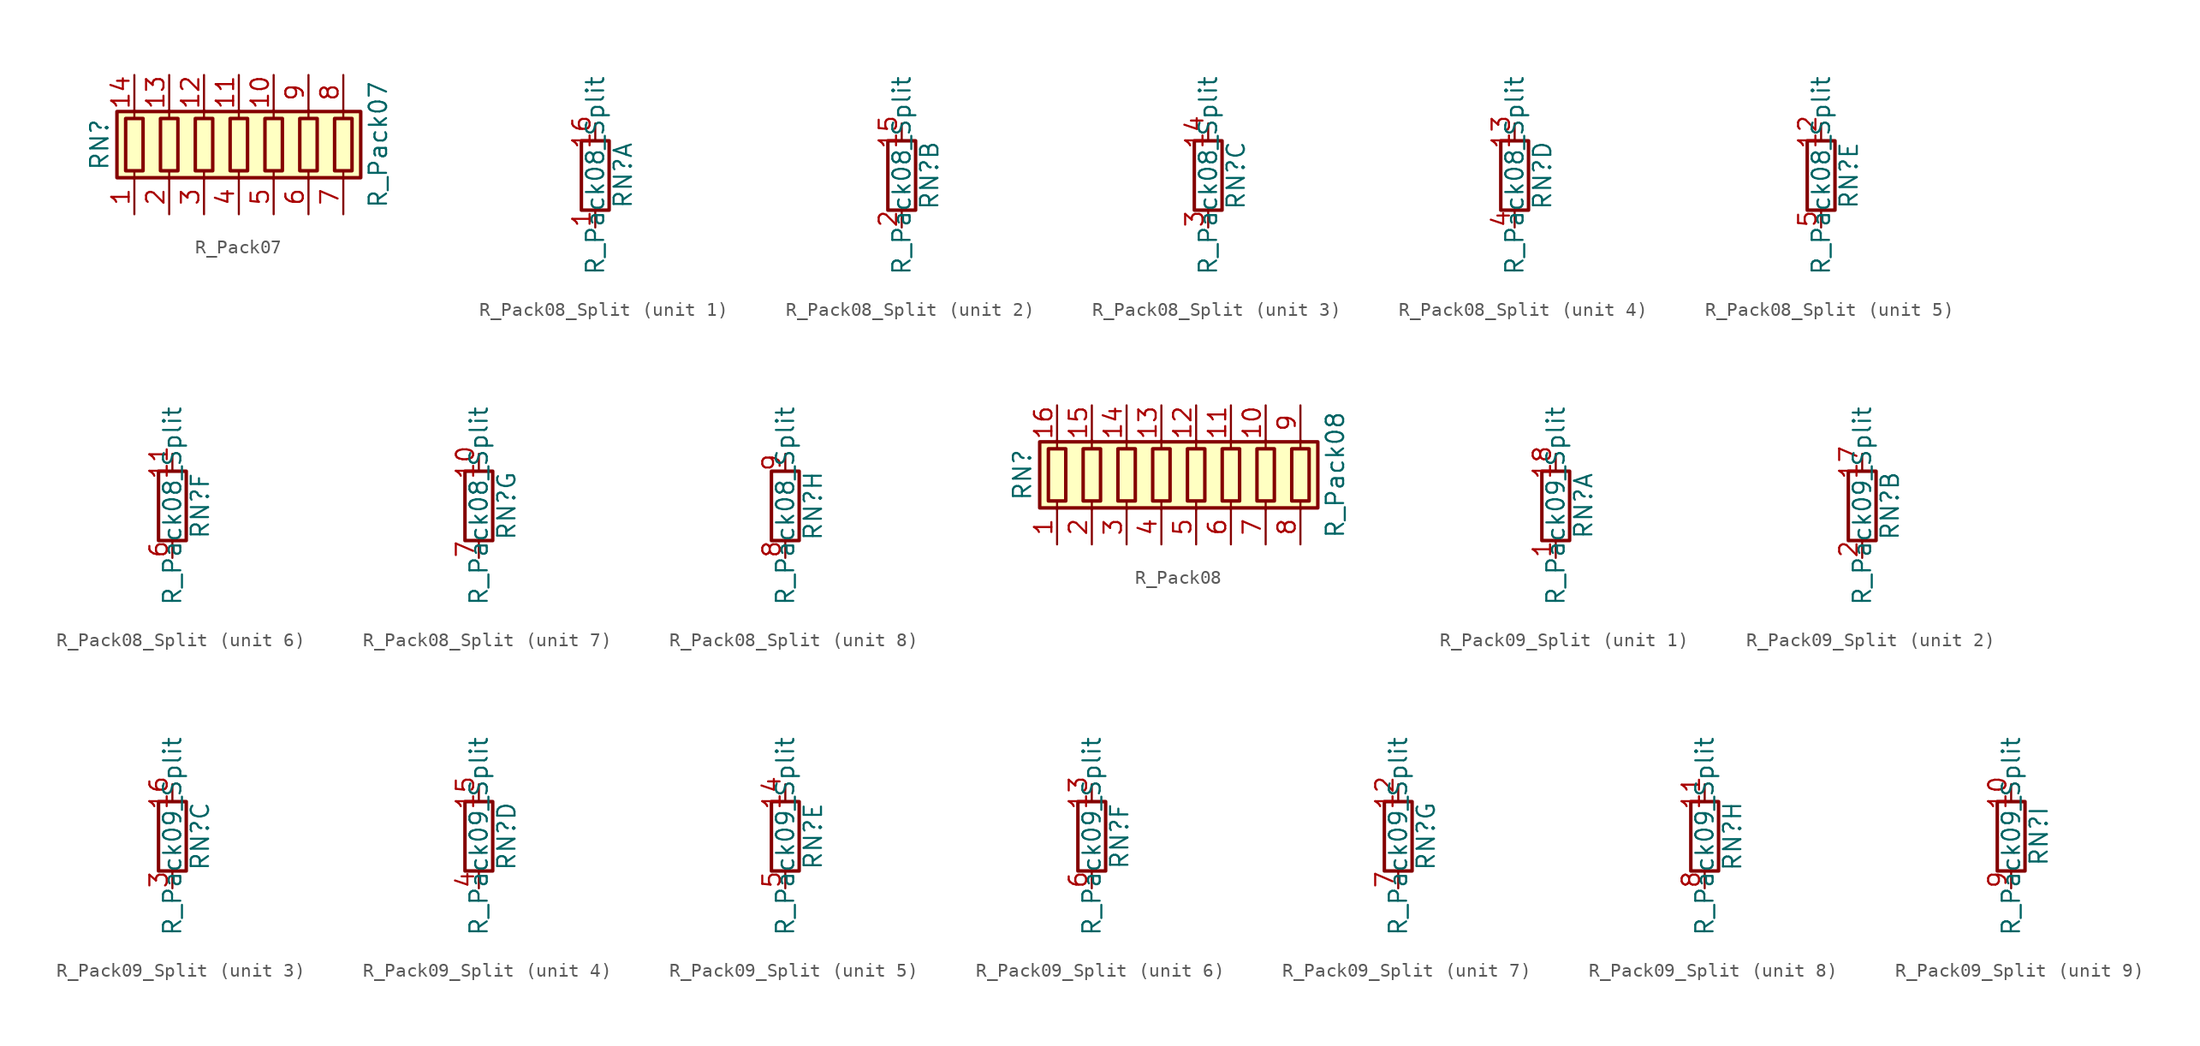
<source format=kicad_sym>
(kicad_symbol_lib
  (version 20241209)
  (generator "kicad_symbol_editor")
  (generator_version "9.0")
  (symbol "R_Pack07"
    (pin_names
      (offset 0)
      (hide yes))
    (property "Reference" "RN"
      (at -10.16 0 90)
      (effects (font (size 1.27 1.27))))
    (property "Value" "R_Pack07"
      (at 10.16 0 90)
      (effects (font (size 1.27 1.27))))
    (symbol "R_Pack07_0_1"
      (rectangle (start -8.89 -2.413) (end 8.89 2.413) (stroke (width 0.254) (type default)) (fill (type background)))
      (rectangle (start -8.255 1.905) (end -6.985 -1.905) (stroke (width 0.254) (type default)) (fill (type none)))
      (polyline (pts (xy -7.62 1.905) (xy -7.62 2.54)) (stroke (width 0) (type default)) (fill (type none)))
      (polyline (pts (xy -7.62 -2.54) (xy -7.62 -1.905)) (stroke (width 0) (type default)) (fill (type none)))
      (rectangle (start -5.715 1.905) (end -4.445 -1.905) (stroke (width 0.254) (type default)) (fill (type none)))
      (polyline (pts (xy -5.08 1.905) (xy -5.08 2.54)) (stroke (width 0) (type default)) (fill (type none)))
      (polyline (pts (xy -5.08 -2.54) (xy -5.08 -1.905)) (stroke (width 0) (type default)) (fill (type none)))
      (rectangle (start -3.175 1.905) (end -1.905 -1.905) (stroke (width 0.254) (type default)) (fill (type none)))
      (polyline (pts (xy -2.54 1.905) (xy -2.54 2.54)) (stroke (width 0) (type default)) (fill (type none)))
      (polyline (pts (xy -2.54 -2.54) (xy -2.54 -1.905)) (stroke (width 0) (type default)) (fill (type none)))
      (rectangle (start -0.635 1.905) (end 0.635 -1.905) (stroke (width 0.254) (type default)) (fill (type none)))
      (polyline (pts (xy 0 1.905) (xy 0 2.54)) (stroke (width 0) (type default)) (fill (type none)))
      (polyline (pts (xy 0 -2.54) (xy 0 -1.905)) (stroke (width 0) (type default)) (fill (type none)))
      (rectangle (start 1.905 1.905) (end 3.175 -1.905) (stroke (width 0.254) (type default)) (fill (type none)))
      (polyline (pts (xy 2.54 1.905) (xy 2.54 2.54)) (stroke (width 0) (type default)) (fill (type none)))
      (polyline (pts (xy 2.54 -2.54) (xy 2.54 -1.905)) (stroke (width 0) (type default)) (fill (type none)))
      (rectangle (start 4.445 1.905) (end 5.715 -1.905) (stroke (width 0.254) (type default)) (fill (type none)))
      (polyline (pts (xy 5.08 1.905) (xy 5.08 2.54)) (stroke (width 0) (type default)) (fill (type none)))
      (polyline (pts (xy 5.08 -2.54) (xy 5.08 -1.905)) (stroke (width 0) (type default)) (fill (type none)))
      (rectangle (start 6.985 1.905) (end 8.255 -1.905) (stroke (width 0.254) (type default)) (fill (type none)))
      (polyline (pts (xy 7.62 1.905) (xy 7.62 2.54)) (stroke (width 0) (type default)) (fill (type none)))
      (polyline (pts (xy 7.62 -2.54) (xy 7.62 -1.905)) (stroke (width 0) (type default)) (fill (type none))))
    (symbol "R_Pack07_1_1"
      (pin passive line (at -7.62 5.08 270) (length 2.54) (name "R1.2" (effects (font (size 1.27 1.27)))) (number "14" (effects (font (size 1.27 1.27)))))
      (pin passive line (at -7.62 -5.08 90) (length 2.54) (name "R1.1" (effects (font (size 1.27 1.27)))) (number "1" (effects (font (size 1.27 1.27)))))
      (pin passive line (at -5.08 5.08 270) (length 2.54) (name "R2.2" (effects (font (size 1.27 1.27)))) (number "13" (effects (font (size 1.27 1.27)))))
      (pin passive line (at -5.08 -5.08 90) (length 2.54) (name "R2.1" (effects (font (size 1.27 1.27)))) (number "2" (effects (font (size 1.27 1.27)))))
      (pin passive line (at -2.54 5.08 270) (length 2.54) (name "R3.2" (effects (font (size 1.27 1.27)))) (number "12" (effects (font (size 1.27 1.27)))))
      (pin passive line (at -2.54 -5.08 90) (length 2.54) (name "R3.1" (effects (font (size 1.27 1.27)))) (number "3" (effects (font (size 1.27 1.27)))))
      (pin passive line (at 0 5.08 270) (length 2.54) (name "R4.2" (effects (font (size 1.27 1.27)))) (number "11" (effects (font (size 1.27 1.27)))))
      (pin passive line (at 0 -5.08 90) (length 2.54) (name "R4.1" (effects (font (size 1.27 1.27)))) (number "4" (effects (font (size 1.27 1.27)))))
      (pin passive line (at 2.54 5.08 270) (length 2.54) (name "R5.2" (effects (font (size 1.27 1.27)))) (number "10" (effects (font (size 1.27 1.27)))))
      (pin passive line (at 2.54 -5.08 90) (length 2.54) (name "R5.1" (effects (font (size 1.27 1.27)))) (number "5" (effects (font (size 1.27 1.27)))))
      (pin passive line (at 5.08 5.08 270) (length 2.54) (name "R6.2" (effects (font (size 1.27 1.27)))) (number "9" (effects (font (size 1.27 1.27)))))
      (pin passive line (at 5.08 -5.08 90) (length 2.54) (name "R6.1" (effects (font (size 1.27 1.27)))) (number "6" (effects (font (size 1.27 1.27)))))
      (pin passive line (at 7.62 5.08 270) (length 2.54) (name "R7.2" (effects (font (size 1.27 1.27)))) (number "8" (effects (font (size 1.27 1.27)))))
      (pin passive line (at 7.62 -5.08 90) (length 2.54) (name "R7.1" (effects (font (size 1.27 1.27)))) (number "7" (effects (font (size 1.27 1.27)))))))
  (symbol "R_Pack08_Split"
    (pin_names
      (offset 0)
      (hide yes))
    (property "Reference" "RN"
      (at 2.032 0 90)
      (effects (font (size 1.27 1.27))))
    (property "Value" "R_Pack08_Split"
      (at 0 0 90)
      (effects (font (size 1.27 1.27))))
    (symbol "R_Pack08_Split_0_1"
      (rectangle (start 1.016 2.54) (end -1.016 -2.54) (stroke (width 0.254) (type default)) (fill (type none))))
    (symbol "R_Pack08_Split_1_1"
      (pin passive line (at 0 3.81 270) (length 1.27) (name "R1.2" (effects (font (size 1.27 1.27)))) (number "16" (effects (font (size 1.27 1.27)))))
      (pin passive line (at 0 -3.81 90) (length 1.27) (name "R1.1" (effects (font (size 1.27 1.27)))) (number "1" (effects (font (size 1.27 1.27))))))
    (symbol "R_Pack08_Split_2_1"
      (pin passive line (at 0 3.81 270) (length 1.27) (name "R2.2" (effects (font (size 1.27 1.27)))) (number "15" (effects (font (size 1.27 1.27)))))
      (pin passive line (at 0 -3.81 90) (length 1.27) (name "R2.1" (effects (font (size 1.27 1.27)))) (number "2" (effects (font (size 1.27 1.27))))))
    (symbol "R_Pack08_Split_3_1"
      (pin passive line (at 0 3.81 270) (length 1.27) (name "R3.2" (effects (font (size 1.27 1.27)))) (number "14" (effects (font (size 1.27 1.27)))))
      (pin passive line (at 0 -3.81 90) (length 1.27) (name "R3.1" (effects (font (size 1.27 1.27)))) (number "3" (effects (font (size 1.27 1.27))))))
    (symbol "R_Pack08_Split_4_1"
      (pin passive line (at 0 3.81 270) (length 1.27) (name "R4.2" (effects (font (size 1.27 1.27)))) (number "13" (effects (font (size 1.27 1.27)))))
      (pin passive line (at 0 -3.81 90) (length 1.27) (name "R4.1" (effects (font (size 1.27 1.27)))) (number "4" (effects (font (size 1.27 1.27))))))
    (symbol "R_Pack08_Split_5_1"
      (pin passive line (at 0 3.81 270) (length 1.27) (name "R5.2" (effects (font (size 1.27 1.27)))) (number "12" (effects (font (size 1.27 1.27)))))
      (pin passive line (at 0 -3.81 90) (length 1.27) (name "R5.1" (effects (font (size 1.27 1.27)))) (number "5" (effects (font (size 1.27 1.27))))))
    (symbol "R_Pack08_Split_6_1"
      (pin passive line (at 0 3.81 270) (length 1.27) (name "R6.2" (effects (font (size 1.27 1.27)))) (number "11" (effects (font (size 1.27 1.27)))))
      (pin passive line (at 0 -3.81 90) (length 1.27) (name "R6.1" (effects (font (size 1.27 1.27)))) (number "6" (effects (font (size 1.27 1.27))))))
    (symbol "R_Pack08_Split_7_1"
      (pin passive line (at 0 3.81 270) (length 1.27) (name "R7.2" (effects (font (size 1.27 1.27)))) (number "10" (effects (font (size 1.27 1.27)))))
      (pin passive line (at 0 -3.81 90) (length 1.27) (name "R7.1" (effects (font (size 1.27 1.27)))) (number "7" (effects (font (size 1.27 1.27))))))
    (symbol "R_Pack08_Split_8_1"
      (pin passive line (at 0 3.81 270) (length 1.27) (name "R8.2" (effects (font (size 1.27 1.27)))) (number "9" (effects (font (size 1.27 1.27)))))
      (pin passive line (at 0 -3.81 90) (length 1.27) (name "R8.1" (effects (font (size 1.27 1.27)))) (number "8" (effects (font (size 1.27 1.27)))))))
  (symbol "R_Pack08"
    (pin_names
      (offset 0)
      (hide yes))
    (property "Reference" "RN"
      (at -12.7 0 90)
      (effects (font (size 1.27 1.27))))
    (property "Value" "R_Pack08"
      (at 10.16 0 90)
      (effects (font (size 1.27 1.27))))
    (symbol "R_Pack08_0_1"
      (rectangle (start -11.43 -2.413) (end 8.89 2.413) (stroke (width 0.254) (type default)) (fill (type background)))
      (rectangle (start -10.795 1.905) (end -9.525 -1.905) (stroke (width 0.254) (type default)) (fill (type none)))
      (polyline (pts (xy -10.16 1.905) (xy -10.16 2.54)) (stroke (width 0) (type default)) (fill (type none)))
      (polyline (pts (xy -10.16 -2.54) (xy -10.16 -1.905)) (stroke (width 0) (type default)) (fill (type none)))
      (rectangle (start -8.255 1.905) (end -6.985 -1.905) (stroke (width 0.254) (type default)) (fill (type none)))
      (polyline (pts (xy -7.62 1.905) (xy -7.62 2.54)) (stroke (width 0) (type default)) (fill (type none)))
      (polyline (pts (xy -7.62 -2.54) (xy -7.62 -1.905)) (stroke (width 0) (type default)) (fill (type none)))
      (rectangle (start -5.715 1.905) (end -4.445 -1.905) (stroke (width 0.254) (type default)) (fill (type none)))
      (polyline (pts (xy -5.08 1.905) (xy -5.08 2.54)) (stroke (width 0) (type default)) (fill (type none)))
      (polyline (pts (xy -5.08 -2.54) (xy -5.08 -1.905)) (stroke (width 0) (type default)) (fill (type none)))
      (rectangle (start -3.175 1.905) (end -1.905 -1.905) (stroke (width 0.254) (type default)) (fill (type none)))
      (polyline (pts (xy -2.54 1.905) (xy -2.54 2.54)) (stroke (width 0) (type default)) (fill (type none)))
      (polyline (pts (xy -2.54 -2.54) (xy -2.54 -1.905)) (stroke (width 0) (type default)) (fill (type none)))
      (rectangle (start -0.635 1.905) (end 0.635 -1.905) (stroke (width 0.254) (type default)) (fill (type none)))
      (polyline (pts (xy 0 1.905) (xy 0 2.54)) (stroke (width 0) (type default)) (fill (type none)))
      (polyline (pts (xy 0 -2.54) (xy 0 -1.905)) (stroke (width 0) (type default)) (fill (type none)))
      (rectangle (start 1.905 1.905) (end 3.175 -1.905) (stroke (width 0.254) (type default)) (fill (type none)))
      (polyline (pts (xy 2.54 1.905) (xy 2.54 2.54)) (stroke (width 0) (type default)) (fill (type none)))
      (polyline (pts (xy 2.54 -2.54) (xy 2.54 -1.905)) (stroke (width 0) (type default)) (fill (type none)))
      (rectangle (start 4.445 1.905) (end 5.715 -1.905) (stroke (width 0.254) (type default)) (fill (type none)))
      (polyline (pts (xy 5.08 1.905) (xy 5.08 2.54)) (stroke (width 0) (type default)) (fill (type none)))
      (polyline (pts (xy 5.08 -2.54) (xy 5.08 -1.905)) (stroke (width 0) (type default)) (fill (type none)))
      (rectangle (start 6.985 1.905) (end 8.255 -1.905) (stroke (width 0.254) (type default)) (fill (type none)))
      (polyline (pts (xy 7.62 1.905) (xy 7.62 2.54)) (stroke (width 0) (type default)) (fill (type none)))
      (polyline (pts (xy 7.62 -2.54) (xy 7.62 -1.905)) (stroke (width 0) (type default)) (fill (type none))))
    (symbol "R_Pack08_1_1"
      (pin passive line (at -10.16 5.08 270) (length 2.54) (name "R1.2" (effects (font (size 1.27 1.27)))) (number "16" (effects (font (size 1.27 1.27)))))
      (pin passive line (at -10.16 -5.08 90) (length 2.54) (name "R1.1" (effects (font (size 1.27 1.27)))) (number "1" (effects (font (size 1.27 1.27)))))
      (pin passive line (at -7.62 5.08 270) (length 2.54) (name "R2.2" (effects (font (size 1.27 1.27)))) (number "15" (effects (font (size 1.27 1.27)))))
      (pin passive line (at -7.62 -5.08 90) (length 2.54) (name "R2.1" (effects (font (size 1.27 1.27)))) (number "2" (effects (font (size 1.27 1.27)))))
      (pin passive line (at -5.08 5.08 270) (length 2.54) (name "R3.2" (effects (font (size 1.27 1.27)))) (number "14" (effects (font (size 1.27 1.27)))))
      (pin passive line (at -5.08 -5.08 90) (length 2.54) (name "R3.1" (effects (font (size 1.27 1.27)))) (number "3" (effects (font (size 1.27 1.27)))))
      (pin passive line (at -2.54 5.08 270) (length 2.54) (name "R4.2" (effects (font (size 1.27 1.27)))) (number "13" (effects (font (size 1.27 1.27)))))
      (pin passive line (at -2.54 -5.08 90) (length 2.54) (name "R4.1" (effects (font (size 1.27 1.27)))) (number "4" (effects (font (size 1.27 1.27)))))
      (pin passive line (at 0 5.08 270) (length 2.54) (name "R5.2" (effects (font (size 1.27 1.27)))) (number "12" (effects (font (size 1.27 1.27)))))
      (pin passive line (at 0 -5.08 90) (length 2.54) (name "R5.1" (effects (font (size 1.27 1.27)))) (number "5" (effects (font (size 1.27 1.27)))))
      (pin passive line (at 2.54 5.08 270) (length 2.54) (name "R6.2" (effects (font (size 1.27 1.27)))) (number "11" (effects (font (size 1.27 1.27)))))
      (pin passive line (at 2.54 -5.08 90) (length 2.54) (name "R6.1" (effects (font (size 1.27 1.27)))) (number "6" (effects (font (size 1.27 1.27)))))
      (pin passive line (at 5.08 5.08 270) (length 2.54) (name "R7.2" (effects (font (size 1.27 1.27)))) (number "10" (effects (font (size 1.27 1.27)))))
      (pin passive line (at 5.08 -5.08 90) (length 2.54) (name "R7.1" (effects (font (size 1.27 1.27)))) (number "7" (effects (font (size 1.27 1.27)))))
      (pin passive line (at 7.62 5.08 270) (length 2.54) (name "R8.2" (effects (font (size 1.27 1.27)))) (number "9" (effects (font (size 1.27 1.27)))))
      (pin passive line (at 7.62 -5.08 90) (length 2.54) (name "R8.1" (effects (font (size 1.27 1.27)))) (number "8" (effects (font (size 1.27 1.27)))))))
  (symbol "R_Pack09_Split"
    (pin_names
      (offset 0)
      (hide yes))
    (property "Reference" "RN"
      (at 2.032 0 90)
      (effects (font (size 1.27 1.27))))
    (property "Value" "R_Pack09_Split"
      (at 0 0 90)
      (effects (font (size 1.27 1.27))))
    (symbol "R_Pack09_Split_0_1"
      (rectangle (start 1.016 2.54) (end -1.016 -2.54) (stroke (width 0.254) (type default)) (fill (type none))))
    (symbol "R_Pack09_Split_1_1"
      (pin passive line (at 0 3.81 270) (length 1.27) (name "R1.2" (effects (font (size 1.27 1.27)))) (number "18" (effects (font (size 1.27 1.27)))))
      (pin passive line (at 0 -3.81 90) (length 1.27) (name "R1.1" (effects (font (size 1.27 1.27)))) (number "1" (effects (font (size 1.27 1.27))))))
    (symbol "R_Pack09_Split_2_1"
      (pin passive line (at 0 3.81 270) (length 1.27) (name "R2.2" (effects (font (size 1.27 1.27)))) (number "17" (effects (font (size 1.27 1.27)))))
      (pin passive line (at 0 -3.81 90) (length 1.27) (name "R2.1" (effects (font (size 1.27 1.27)))) (number "2" (effects (font (size 1.27 1.27))))))
    (symbol "R_Pack09_Split_3_1"
      (pin passive line (at 0 3.81 270) (length 1.27) (name "R3.2" (effects (font (size 1.27 1.27)))) (number "16" (effects (font (size 1.27 1.27)))))
      (pin passive line (at 0 -3.81 90) (length 1.27) (name "R3.1" (effects (font (size 1.27 1.27)))) (number "3" (effects (font (size 1.27 1.27))))))
    (symbol "R_Pack09_Split_4_1"
      (pin passive line (at 0 3.81 270) (length 1.27) (name "R4.2" (effects (font (size 1.27 1.27)))) (number "15" (effects (font (size 1.27 1.27)))))
      (pin passive line (at 0 -3.81 90) (length 1.27) (name "R4.1" (effects (font (size 1.27 1.27)))) (number "4" (effects (font (size 1.27 1.27))))))
    (symbol "R_Pack09_Split_5_1"
      (pin passive line (at 0 3.81 270) (length 1.27) (name "R5.2" (effects (font (size 1.27 1.27)))) (number "14" (effects (font (size 1.27 1.27)))))
      (pin passive line (at 0 -3.81 90) (length 1.27) (name "R5.1" (effects (font (size 1.27 1.27)))) (number "5" (effects (font (size 1.27 1.27))))))
    (symbol "R_Pack09_Split_6_1"
      (pin passive line (at 0 3.81 270) (length 1.27) (name "R6.2" (effects (font (size 1.27 1.27)))) (number "13" (effects (font (size 1.27 1.27)))))
      (pin passive line (at 0 -3.81 90) (length 1.27) (name "R6.1" (effects (font (size 1.27 1.27)))) (number "6" (effects (font (size 1.27 1.27))))))
    (symbol "R_Pack09_Split_7_1"
      (pin passive line (at 0 3.81 270) (length 1.27) (name "R7.2" (effects (font (size 1.27 1.27)))) (number "12" (effects (font (size 1.27 1.27)))))
      (pin passive line (at 0 -3.81 90) (length 1.27) (name "R7.1" (effects (font (size 1.27 1.27)))) (number "7" (effects (font (size 1.27 1.27))))))
    (symbol "R_Pack09_Split_8_1"
      (pin passive line (at 0 3.81 270) (length 1.27) (name "R8.2" (effects (font (size 1.27 1.27)))) (number "11" (effects (font (size 1.27 1.27)))))
      (pin passive line (at 0 -3.81 90) (length 1.27) (name "R8.1" (effects (font (size 1.27 1.27)))) (number "8" (effects (font (size 1.27 1.27))))))
    (symbol "R_Pack09_Split_9_1"
      (pin passive line (at 0 3.81 270) (length 1.27) (name "R9.2" (effects (font (size 1.27 1.27)))) (number "10" (effects (font (size 1.27 1.27)))))
      (pin passive line (at 0 -3.81 90) (length 1.27) (name "R9.1" (effects (font (size 1.27 1.27)))) (number "9" (effects (font (size 1.27 1.27))))))))
</source>
